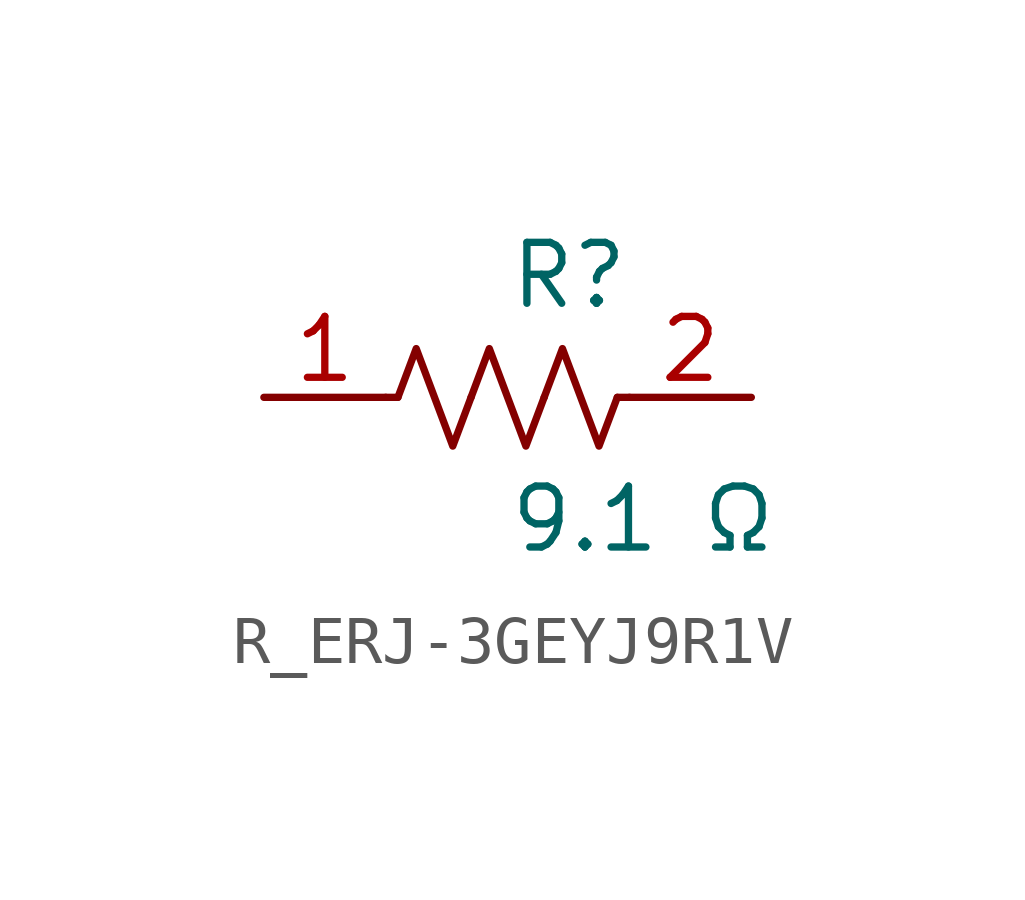
<source format=kicad_sym>
(kicad_symbol_lib
  (version 20231120)
  (generator kicad_symbol_editor)
  (generator_version 8.0)
  (symbol "R_ERJ-3GEYJ9R1V"
    (pin_names
      (offset 0.254))
    (property "Reference" "R"
      (at 0 2.54 0)
      (effects (font (size 1.27 1.27)) (justify left)))
    (property "Value" "9.1 Ω"
      (at 0 -2.54 0)
      (effects (font (size 1.27 1.27)) (justify left)))
    (symbol "R_ERJ-3GEYJ9R1V_0_1"
      (polyline (pts (xy 2.286 0) (xy 2.54 0)) (stroke (width 0) (type default)) (fill (type none)))
      (polyline (pts (xy -2.286 0) (xy -2.54 0)) (stroke (width 0) (type default)) (fill (type none)))
      (polyline (pts (xy 0.762 0) (xy 1.143 1.016) (xy 1.524 0) (xy 1.905 -1.016) (xy 2.286 0)) (stroke (width 0) (type default)) (fill (type none)))
      (polyline (pts (xy -0.762 0) (xy -0.381 1.016) (xy 0 0) (xy 0.381 -1.016) (xy 0.762 0)) (stroke (width 0) (type default)) (fill (type none)))
      (polyline (pts (xy -2.286 0) (xy -1.905 1.016) (xy -1.524 0) (xy -1.143 -1.016) (xy -0.762 0)) (stroke (width 0) (type default)) (fill (type none))))
    (pin passive line
      (at -5.08 0 0)
      (length 2.54)
      (name "" (effects (font (size 1.27 1.27))))
      (number "1" (effects (font (size 1.27 1.27)))))
    (pin passive line
      (at 5.08 0 180)
      (length 2.54)
      (name "" (effects (font (size 1.27 1.27))))
      (number "2" (effects (font (size 1.27 1.27)))))))
</source>
